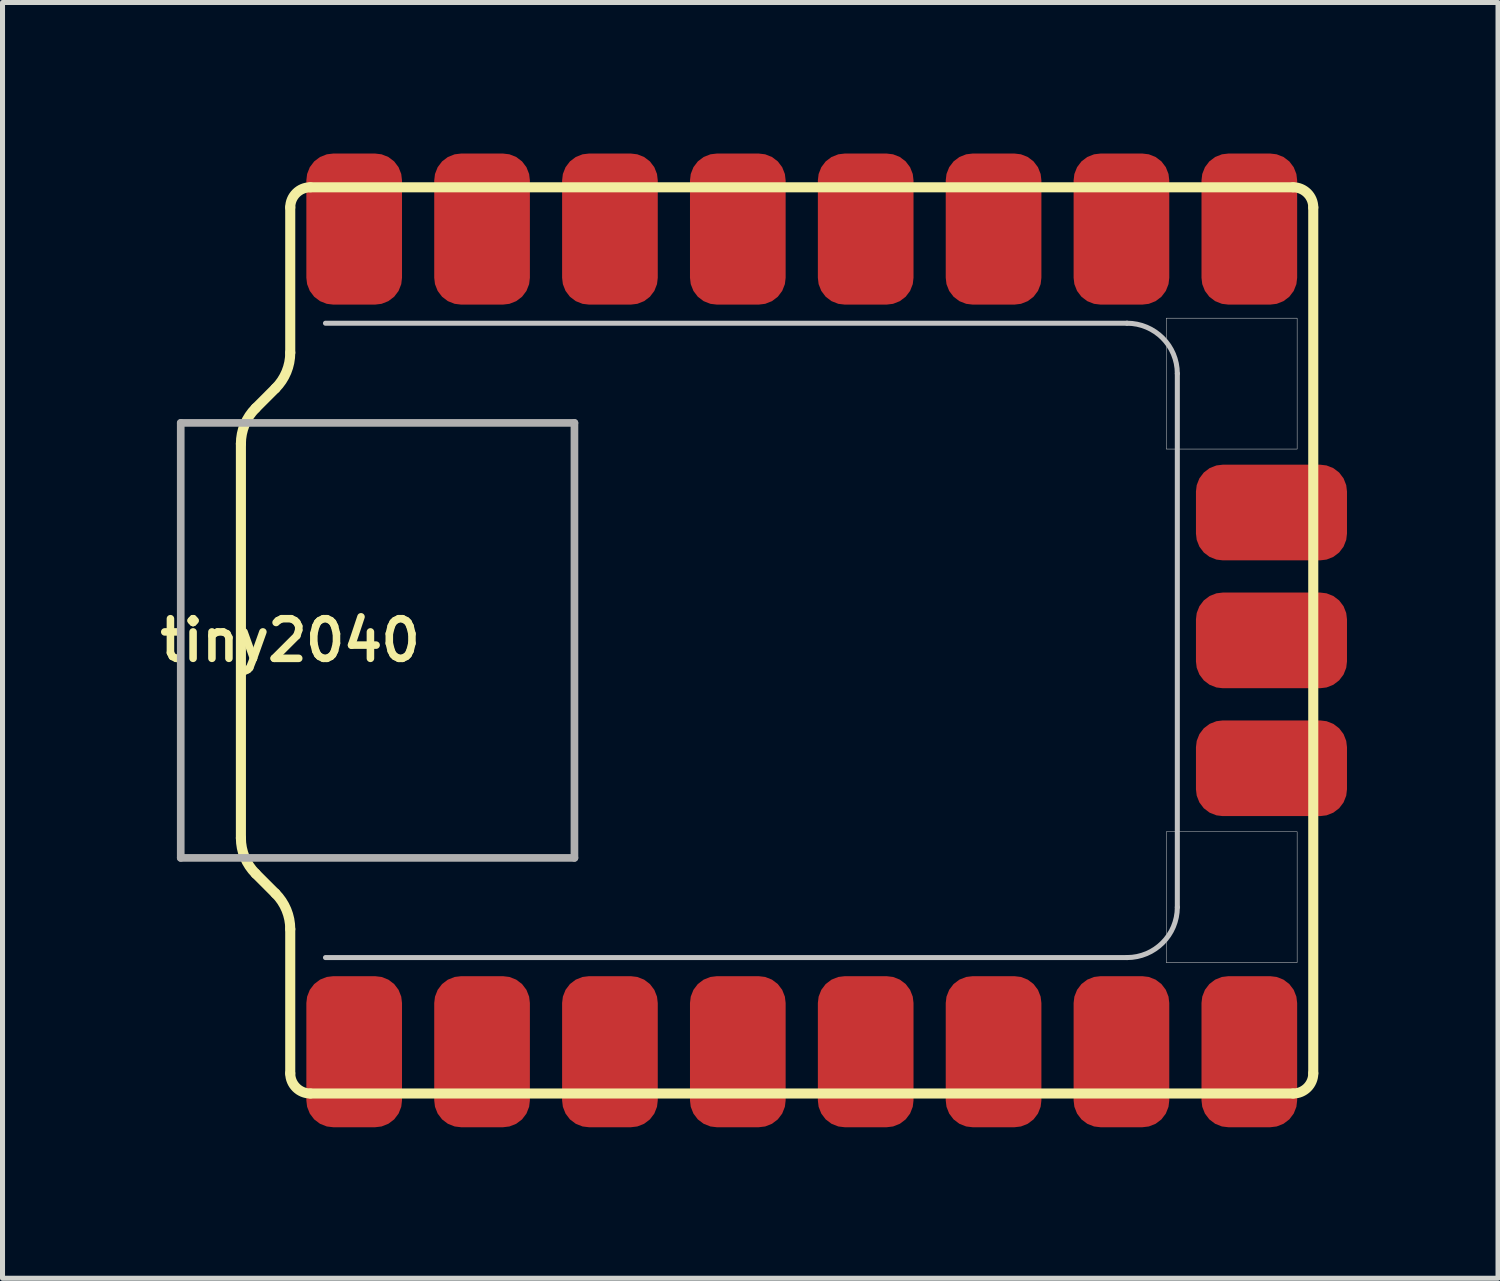
<source format=kicad_pcb>
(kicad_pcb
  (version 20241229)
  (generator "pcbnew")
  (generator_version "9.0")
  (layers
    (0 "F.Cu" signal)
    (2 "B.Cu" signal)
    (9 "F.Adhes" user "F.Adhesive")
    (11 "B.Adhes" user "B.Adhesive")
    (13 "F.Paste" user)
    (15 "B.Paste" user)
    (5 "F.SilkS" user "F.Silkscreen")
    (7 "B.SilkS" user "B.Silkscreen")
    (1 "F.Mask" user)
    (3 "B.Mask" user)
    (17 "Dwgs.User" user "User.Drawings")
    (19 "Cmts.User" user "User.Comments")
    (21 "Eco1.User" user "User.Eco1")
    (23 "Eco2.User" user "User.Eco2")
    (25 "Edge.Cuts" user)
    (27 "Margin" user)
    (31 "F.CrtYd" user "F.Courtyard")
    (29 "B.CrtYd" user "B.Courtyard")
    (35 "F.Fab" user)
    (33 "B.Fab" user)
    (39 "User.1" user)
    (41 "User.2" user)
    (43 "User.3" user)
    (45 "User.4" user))
  (footprint "tiny2040"
    (layer "F.Cu")
    (at 2.715 9.67)
    (property "Reference" "tiny2040" (at 0 0 0) (layer "F.SilkS") (effects (font (size 0.787 0.787) (thickness 0.15))))
    (attr through_hole)
    (fp_line (start -0.98 3.926) (end -0.98 -3.906) (stroke (width 0.2) (type solid)) (layer "F.SilkS"))
    (fp_line (start -0.687 -4.613) (end -0.293 -5.007) (stroke (width 0.2) (type solid)) (layer "F.SilkS"))
    (fp_line (start -0.293 5.027) (end -0.687 4.633) (stroke (width 0.2) (type solid)) (layer "F.SilkS"))
    (fp_line (start 0 -5.714) (end 0 -8.6) (stroke (width 0.2) (type solid)) (layer "F.SilkS"))
    (fp_line (start 0 8.6) (end 0 5.734) (stroke (width 0.2) (type solid)) (layer "F.SilkS"))
    (fp_line (start 0.4 -9) (end 19.92 -9) (stroke (width 0.2) (type solid)) (layer "F.SilkS"))
    (fp_line (start 19.92 9) (end 0.4 9) (stroke (width 0.2) (type solid)) (layer "F.SilkS"))
    (fp_line (start 20.32 8.6) (end 20.32 -8.6) (stroke (width 0.2) (type solid)) (layer "F.SilkS"))
    (fp_arc (start -0.98 -3.90579) (mid -0.903879 -4.28847) (end -0.687106 -4.61289) (stroke (width 0.2) (type solid)) (layer "F.SilkS"))
    (fp_arc (start -0.687106 4.63289) (mid -0.903878 4.30847) (end -0.98 3.92579) (stroke (width 0.2) (type solid)) (layer "F.SilkS"))
    (fp_arc (start -0.292894 5.02711) (mid -0.076122 5.35153) (end 0 5.73421) (stroke (width 0.2) (type solid)) (layer "F.SilkS"))
    (fp_arc (start 0 -8.6) (mid 0.117157 -8.882843) (end 0.4 -9) (stroke (width 0.2) (type solid)) (layer "F.SilkS"))
    (fp_arc (start 0 -5.71421) (mid -0.076121 -5.33153) (end -0.292894 -5.00711) (stroke (width 0.2) (type solid)) (layer "F.SilkS"))
    (fp_arc (start 0.4 9) (mid 0.117157 8.882843) (end 0 8.6) (stroke (width 0.2) (type solid)) (layer "F.SilkS"))
    (fp_arc (start 19.92 -9) (mid 20.202843 -8.882843) (end 20.32 -8.6) (stroke (width 0.2) (type solid)) (layer "F.SilkS"))
    (fp_arc (start 20.32 8.6) (mid 20.202843 8.882843) (end 19.92 9) (stroke (width 0.2) (type solid)) (layer "F.SilkS"))
    (fp_line (start 0.7 -6.3) (end 16.62 -6.3) (stroke (width 0.1) (type solid)) (layer "Dwgs.User"))
    (fp_line (start 16.62 6.3) (end 0.7 6.3) (stroke (width 0.1) (type solid)) (layer "Dwgs.User"))
    (fp_line (start 17.62 -5.3) (end 17.62 5.3) (stroke (width 0.1) (type solid)) (layer "Dwgs.User"))
    (fp_arc (start 16.62 -6.3) (mid 17.327107 -6.007107) (end 17.62 -5.3) (stroke (width 0.1) (type solid)) (layer "Dwgs.User"))
    (fp_arc (start 17.62 5.3) (mid 17.327107 6.007107) (end 16.62 6.3) (stroke (width 0.1) (type solid)) (layer "Dwgs.User"))
    (fp_poly (pts (xy 17.4 -6.4) (xy 20 -6.4) (xy 20 -3.8) (xy 17.4 -3.8)) (stroke (width 0.01) (type solid)) (fill no) (layer "Dwgs.User"))
    (fp_poly (pts (xy 17.4 3.8) (xy 20 3.8) (xy 20 6.4) (xy 17.4 6.4)) (stroke (width 0.01) (type solid)) (fill no) (layer "Dwgs.User"))
    (fp_line (start -2.175 -4.32) (end -2.175 4.32) (stroke (width 0.152) (type solid)) (layer "F.Fab"))
    (fp_line (start -2.175 -4.32) (end 5.645 -4.32) (stroke (width 0.152) (type solid)) (layer "F.Fab"))
    (fp_line (start 1.225 -4.32) (end -0.375 -4.32) (stroke (width 0.01) (type solid)) (layer "F.Fab"))
    (fp_line (start 5.645 -4.32) (end 3.555 -4.32) (stroke (width 0.01) (type solid)) (layer "F.Fab"))
    (fp_line (start 5.645 -4.32) (end 5.645 4.32) (stroke (width 0.152) (type solid)) (layer "F.Fab"))
    (fp_line (start 5.645 4.32) (end -2.175 4.32) (stroke (width 0.152) (type solid)) (layer "F.Fab"))
    (fp_line (start 5.645 4.32) (end 3.555 4.32) (stroke (width 0.01) (type solid)) (layer "F.Fab"))
    (fp_line (start 5.655 -4.32) (end 5.645 -4.32) (stroke (width 0.01) (type solid)) (layer "F.Fab"))
    (fp_line (start 5.655 4.32) (end 5.645 4.32) (stroke (width 0.01) (type solid)) (layer "F.Fab"))
    (pad "0" smd roundrect (at 1.27 -8.17) (size 1.9 3) (layers "F.Cu" "F.Mask" "F.Paste") (roundrect_rratio 0.28))
    (pad "1" smd roundrect (at 3.81 -8.17) (size 1.9 3) (layers "F.Cu" "F.Mask" "F.Paste") (roundrect_rratio 0.28))
    (pad "2" smd roundrect (at 6.35 -8.17) (size 1.9 3) (layers "F.Cu" "F.Mask" "F.Paste") (roundrect_rratio 0.28))
    (pad "3" smd roundrect (at 8.89 -8.17) (size 1.9 3) (layers "F.Cu" "F.Mask" "F.Paste") (roundrect_rratio 0.28))
    (pad "3V3" smd roundrect (at 6.35 8.17) (size 1.9 3) (layers "F.Cu" "F.Mask" "F.Paste") (roundrect_rratio 0.28))
    (pad "4" smd roundrect (at 11.43 -8.17) (size 1.9 3) (layers "F.Cu" "F.Mask" "F.Paste") (roundrect_rratio 0.28))
    (pad "5" smd roundrect (at 13.97 -8.17) (size 1.9 3) (layers "F.Cu" "F.Mask" "F.Paste") (roundrect_rratio 0.28))
    (pad "5V" smd roundrect (at 1.27 8.17) (size 1.9 3) (layers "F.Cu" "F.Mask" "F.Paste") (roundrect_rratio 0.28))
    (pad "6" smd roundrect (at 16.51 -8.17) (size 1.9 3) (layers "F.Cu" "F.Mask" "F.Paste") (roundrect_rratio 0.28))
    (pad "7" smd roundrect (at 19.05 -8.17) (size 1.9 3) (layers "F.Cu" "F.Mask" "F.Paste") (roundrect_rratio 0.28))
    (pad "A0" smd roundrect (at 16.51 8.17) (size 1.9 3) (layers "F.Cu" "F.Mask" "F.Paste") (roundrect_rratio 0.28))
    (pad "A1" smd roundrect (at 13.97 8.17) (size 1.9 3) (layers "F.Cu" "F.Mask" "F.Paste") (roundrect_rratio 0.28))
    (pad "A2" smd roundrect (at 11.43 8.17) (size 1.9 3) (layers "F.Cu" "F.Mask" "F.Paste") (roundrect_rratio 0.28))
    (pad "A3" smd roundrect (at 8.89 8.17) (size 1.9 3) (layers "F.Cu" "F.Mask" "F.Paste") (roundrect_rratio 0.28))
    (pad "GND1" smd roundrect (at 3.81 8.17) (size 1.9 3) (layers "F.Cu" "F.Mask" "F.Paste") (roundrect_rratio 0.28))
    (pad "GND2" smd roundrect (at 19.05 8.17) (size 1.9 3) (layers "F.Cu" "F.Mask" "F.Paste") (roundrect_rratio 0.28))
    (pad "GND3" smd roundrect (at 19.49 0) (size 3 1.9) (layers "F.Cu" "F.Mask" "F.Paste") (roundrect_rratio 0.28))
    (pad "SWCLK" smd roundrect (at 19.49 2.54) (size 3 1.9) (layers "F.Cu" "F.Mask" "F.Paste") (roundrect_rratio 0.28))
    (pad "SWDIO" smd roundrect (at 19.49 -2.54) (size 3 1.9) (layers "F.Cu" "F.Mask" "F.Paste") (roundrect_rratio 0.28)))
  (gr_rect
    (start -3 -3)
    (end 26.705 22.34)
    (stroke (width 0.1) (type default))
    (fill no)
    (layer "Edge.Cuts")))
</source>
